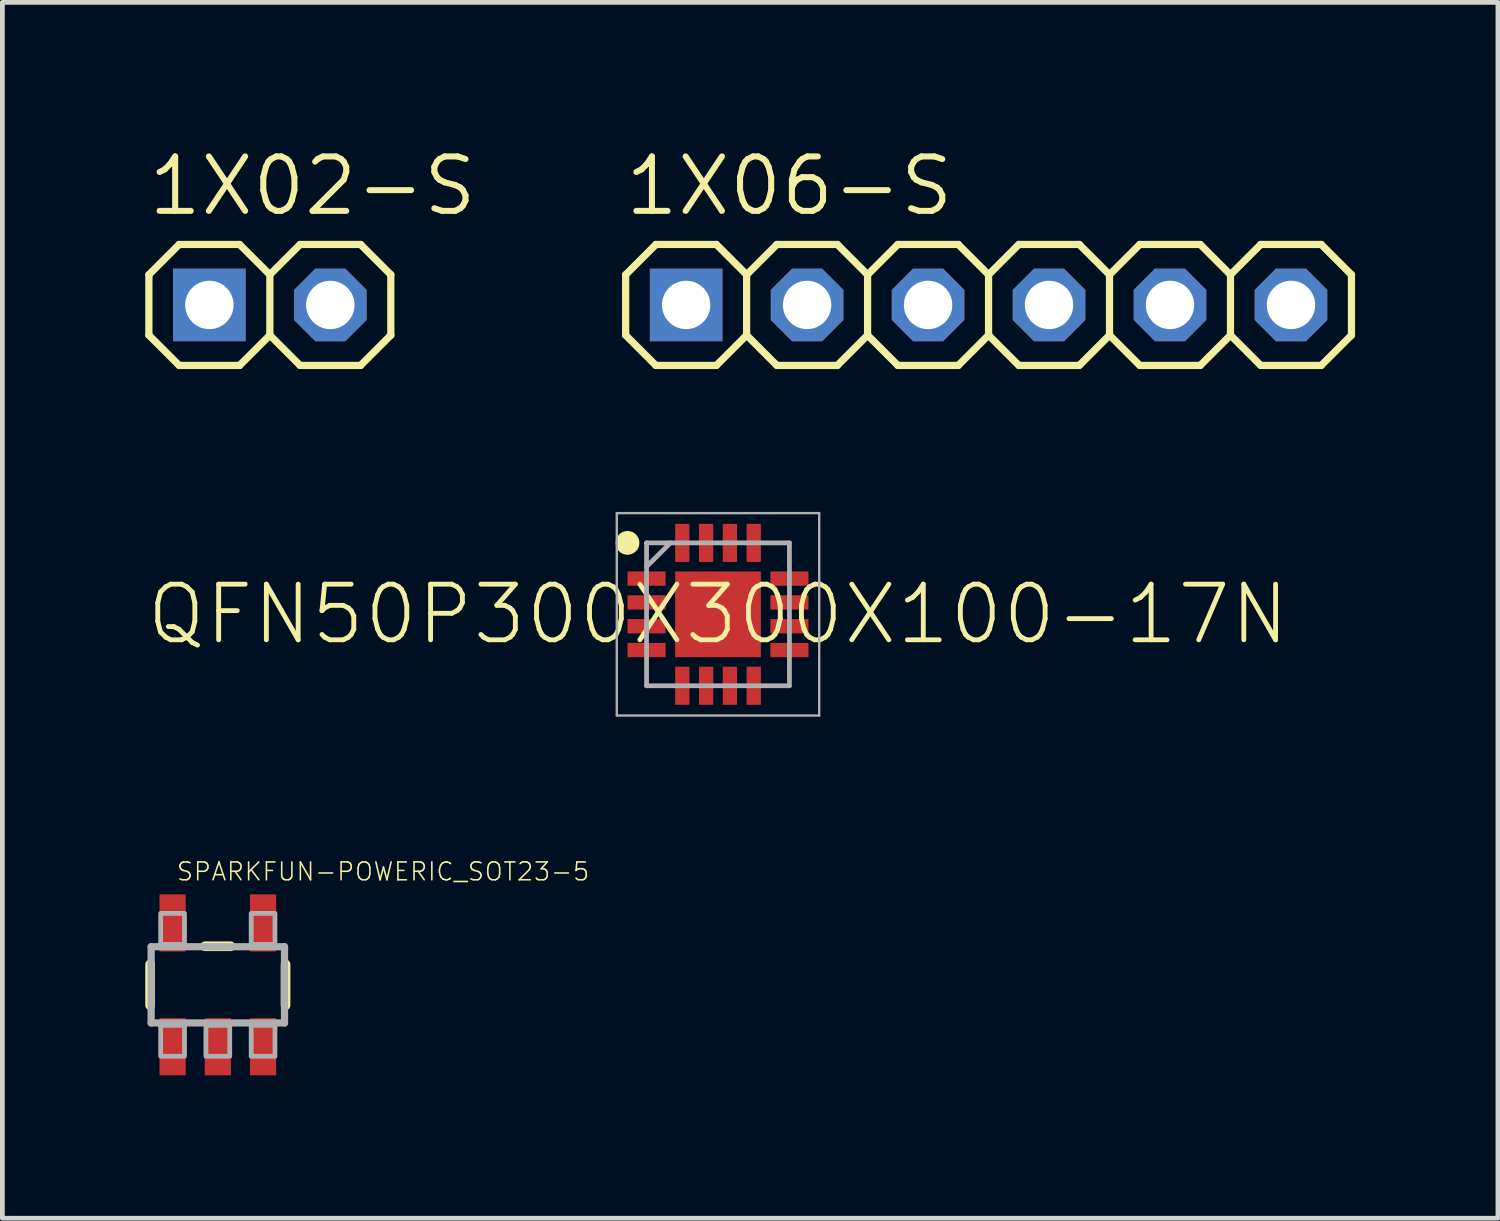
<source format=kicad_pcb>
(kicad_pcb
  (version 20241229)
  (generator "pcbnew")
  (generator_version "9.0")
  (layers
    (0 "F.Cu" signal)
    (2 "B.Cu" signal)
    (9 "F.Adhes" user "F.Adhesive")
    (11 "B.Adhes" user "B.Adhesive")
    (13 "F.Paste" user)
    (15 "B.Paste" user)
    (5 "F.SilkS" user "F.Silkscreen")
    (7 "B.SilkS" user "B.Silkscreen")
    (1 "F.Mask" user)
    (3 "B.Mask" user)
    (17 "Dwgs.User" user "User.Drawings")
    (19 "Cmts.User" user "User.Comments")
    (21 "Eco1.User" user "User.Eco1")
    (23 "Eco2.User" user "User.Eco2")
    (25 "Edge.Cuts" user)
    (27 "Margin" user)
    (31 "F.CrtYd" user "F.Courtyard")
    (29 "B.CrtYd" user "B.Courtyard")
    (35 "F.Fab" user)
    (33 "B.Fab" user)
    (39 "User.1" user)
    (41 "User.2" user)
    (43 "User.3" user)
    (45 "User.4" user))
  (footprint "1X02-S"
    (layer "F.Cu")
    (at 2.616 3.353)
    (property "Reference" "1X02-S" (at -2.616 -1.829 0) (layer "F.SilkS") (effects (font (size 1.143 1.143) (thickness 0.127)) (justify left bottom)))
    (fp_line (start -2.54 -0.635) (end -2.54 0.635) (stroke (width 0.152) (type solid)) (layer "F.SilkS"))
    (fp_line (start -2.54 0.635) (end -1.905 1.27) (stroke (width 0.152) (type solid)) (layer "F.SilkS"))
    (fp_line (start -1.905 -1.27) (end -2.54 -0.635) (stroke (width 0.152) (type solid)) (layer "F.SilkS"))
    (fp_line (start -1.905 -1.27) (end -0.635 -1.27) (stroke (width 0.152) (type solid)) (layer "F.SilkS"))
    (fp_line (start -0.635 -1.27) (end 0 -0.635) (stroke (width 0.152) (type solid)) (layer "F.SilkS"))
    (fp_line (start -0.635 1.27) (end -1.905 1.27) (stroke (width 0.152) (type solid)) (layer "F.SilkS"))
    (fp_line (start 0 -0.635) (end 0 0.635) (stroke (width 0.152) (type solid)) (layer "F.SilkS"))
    (fp_line (start 0 -0.635) (end 0.635 -1.27) (stroke (width 0.152) (type solid)) (layer "F.SilkS"))
    (fp_line (start 0 0.635) (end -0.635 1.27) (stroke (width 0.152) (type solid)) (layer "F.SilkS"))
    (fp_line (start 0.635 -1.27) (end 1.905 -1.27) (stroke (width 0.152) (type solid)) (layer "F.SilkS"))
    (fp_line (start 0.635 1.27) (end 0 0.635) (stroke (width 0.152) (type solid)) (layer "F.SilkS"))
    (fp_line (start 1.905 -1.27) (end 2.54 -0.635) (stroke (width 0.152) (type solid)) (layer "F.SilkS"))
    (fp_line (start 1.905 1.27) (end 0.635 1.27) (stroke (width 0.152) (type solid)) (layer "F.SilkS"))
    (fp_line (start 2.54 -0.635) (end 2.54 0.635) (stroke (width 0.152) (type solid)) (layer "F.SilkS"))
    (fp_line (start 2.54 0.635) (end 1.905 1.27) (stroke (width 0.152) (type solid)) (layer "F.SilkS"))
    (fp_poly (pts (xy -1.524 0.254) (xy -1.016 0.254) (xy -1.016 -0.254) (xy -1.524 -0.254)) (stroke (width 0.1) (type default)) (fill no) (layer "F.Fab"))
    (fp_poly (pts (xy 1.016 0.254) (xy 1.524 0.254) (xy 1.524 -0.254) (xy 1.016 -0.254)) (stroke (width 0.1) (type default)) (fill no) (layer "F.Fab"))
    (pad "1" thru_hole rect (at -1.27 0) (size 1.524 1.524) (drill 1.016) (layers "*.Cu" "*.Mask"))
    (pad "2" thru_hole roundrect (at 1.27 0) (size 1.524 1.524) (drill 1.016) (layers "*.Cu" "*.Mask") (roundrect_rratio 0.25) (chamfer_ratio 0.293) (chamfer top_left top_right bottom_left bottom_right)))
  (footprint "QFN50P300X300X100-17N"
    (layer "F.Cu")
    (at 12.026 9.849)
    (property "Reference" "QFN50P300X300X100-17N" (at 0 0 0) (layer "F.SilkS") (effects (font (size 1.168 1.168) (thickness 0.102))))
    (fp_circle (center -1.9 -1.5) (end -1.775 -1.5) (stroke (width 0.25) (type solid)) (fill no) (layer "F.SilkS"))
    (fp_line (start -2.125 -2.125) (end 2.125 -2.125) (stroke (width 0.05) (type solid)) (layer "F.Fab"))
    (fp_line (start -2.125 2.125) (end -2.125 -2.125) (stroke (width 0.05) (type solid)) (layer "F.Fab"))
    (fp_line (start -1.5 -1.5) (end 1.5 -1.5) (stroke (width 0.1) (type solid)) (layer "F.Fab"))
    (fp_line (start -1.5 -1) (end -1 -1.5) (stroke (width 0.1) (type solid)) (layer "F.Fab"))
    (fp_line (start -1.5 1.5) (end -1.5 -1.5) (stroke (width 0.1) (type solid)) (layer "F.Fab"))
    (fp_line (start 1.5 -1.5) (end 1.5 1.5) (stroke (width 0.1) (type solid)) (layer "F.Fab"))
    (fp_line (start 1.5 1.5) (end -1.5 1.5) (stroke (width 0.1) (type solid)) (layer "F.Fab"))
    (fp_line (start 2.125 -2.125) (end 2.125 2.125) (stroke (width 0.05) (type solid)) (layer "F.Fab"))
    (fp_line (start 2.125 2.125) (end -2.125 2.125) (stroke (width 0.05) (type solid)) (layer "F.Fab"))
    (pad "1" smd rect (at -1.5 -0.75) (size 0.8 0.3) (layers "F.Cu" "F.Mask" "F.Paste"))
    (pad "2" smd rect (at -1.5 -0.25) (size 0.8 0.3) (layers "F.Cu" "F.Mask" "F.Paste"))
    (pad "3" smd rect (at -1.5 0.25) (size 0.8 0.3) (layers "F.Cu" "F.Mask" "F.Paste"))
    (pad "4" smd rect (at -1.5 0.75) (size 0.8 0.3) (layers "F.Cu" "F.Mask" "F.Paste"))
    (pad "5" smd rect (at -0.75 1.5 90) (size 0.8 0.3) (layers "F.Cu" "F.Mask" "F.Paste"))
    (pad "6" smd rect (at -0.25 1.5 90) (size 0.8 0.3) (layers "F.Cu" "F.Mask" "F.Paste"))
    (pad "7" smd rect (at 0.25 1.5 90) (size 0.8 0.3) (layers "F.Cu" "F.Mask" "F.Paste"))
    (pad "8" smd rect (at 0.75 1.5 90) (size 0.8 0.3) (layers "F.Cu" "F.Mask" "F.Paste"))
    (pad "9" smd rect (at 1.5 0.75) (size 0.8 0.3) (layers "F.Cu" "F.Mask" "F.Paste"))
    (pad "10" smd rect (at 1.5 0.25) (size 0.8 0.3) (layers "F.Cu" "F.Mask" "F.Paste"))
    (pad "11" smd rect (at 1.5 -0.25) (size 0.8 0.3) (layers "F.Cu" "F.Mask" "F.Paste"))
    (pad "12" smd rect (at 1.5 -0.75) (size 0.8 0.3) (layers "F.Cu" "F.Mask" "F.Paste"))
    (pad "13" smd rect (at 0.75 -1.5 90) (size 0.8 0.3) (layers "F.Cu" "F.Mask" "F.Paste"))
    (pad "14" smd rect (at 0.25 -1.5 90) (size 0.8 0.3) (layers "F.Cu" "F.Mask" "F.Paste"))
    (pad "15" smd rect (at -0.25 -1.5 90) (size 0.8 0.3) (layers "F.Cu" "F.Mask" "F.Paste"))
    (pad "16" smd rect (at -0.75 -1.5 90) (size 0.8 0.3) (layers "F.Cu" "F.Mask" "F.Paste"))
    (pad "17" smd rect (at 0 0 90) (size 1.8 1.8) (layers "F.Cu" "F.Mask" "F.Paste")))
  (footprint "SPARKFUN-POWERIC_SOT23-5"
    (layer "F.Cu")
    (at 1.524 17.629)
    (property "Reference" "SPARKFUN-POWERIC_SOT23-5" (at -0.889 -2.159 0) (layer "F.SilkS") (effects (font (size 0.374 0.374) (thickness 0.033)) (justify left bottom)))
    (fp_line (start -1.422 0.429) (end -1.422 -0.429) (stroke (width 0.203) (type solid)) (layer "F.SilkS"))
    (fp_line (start -0.268 -0.81) (end 0.268 -0.81) (stroke (width 0.203) (type solid)) (layer "F.SilkS"))
    (fp_line (start 1.422 -0.429) (end 1.422 0.429) (stroke (width 0.203) (type solid)) (layer "F.SilkS"))
    (fp_line (start -1.4 -0.8) (end -1.4 0.8) (stroke (width 0.152) (type solid)) (layer "F.Fab"))
    (fp_line (start -1.4 -0.8) (end 1.4 -0.8) (stroke (width 0.152) (type solid)) (layer "F.Fab"))
    (fp_line (start 1.4 -0.8) (end 1.4 0.8) (stroke (width 0.152) (type solid)) (layer "F.Fab"))
    (fp_line (start 1.4 0.8) (end -1.4 0.8) (stroke (width 0.152) (type solid)) (layer "F.Fab"))
    (fp_poly (pts (xy -1.2 -0.85) (xy -0.7 -0.85) (xy -0.7 -1.5) (xy -1.2 -1.5)) (stroke (width 0.1) (type default)) (fill no) (layer "F.Fab"))
    (fp_poly (pts (xy -1.2 1.5) (xy -0.7 1.5) (xy -0.7 0.85) (xy -1.2 0.85)) (stroke (width 0.1) (type default)) (fill no) (layer "F.Fab"))
    (fp_poly (pts (xy -0.25 1.5) (xy 0.25 1.5) (xy 0.25 0.85) (xy -0.25 0.85)) (stroke (width 0.1) (type default)) (fill no) (layer "F.Fab"))
    (fp_poly (pts (xy 0.7 -0.85) (xy 1.2 -0.85) (xy 1.2 -1.5) (xy 0.7 -1.5)) (stroke (width 0.1) (type default)) (fill no) (layer "F.Fab"))
    (fp_poly (pts (xy 0.7 1.5) (xy 1.2 1.5) (xy 1.2 0.85) (xy 0.7 0.85)) (stroke (width 0.1) (type default)) (fill no) (layer "F.Fab"))
    (pad "1" smd rect (at -0.95 1.3) (size 0.55 1.2) (layers "F.Cu" "F.Mask" "F.Paste"))
    (pad "2" smd rect (at 0 1.3) (size 0.55 1.2) (layers "F.Cu" "F.Mask" "F.Paste"))
    (pad "3" smd rect (at 0.95 1.3) (size 0.55 1.2) (layers "F.Cu" "F.Mask" "F.Paste"))
    (pad "4" smd rect (at 0.95 -1.3) (size 0.55 1.2) (layers "F.Cu" "F.Mask" "F.Paste"))
    (pad "5" smd rect (at -0.95 -1.3) (size 0.55 1.2) (layers "F.Cu" "F.Mask" "F.Paste")))
  (footprint "1X06-S"
    (layer "F.Cu")
    (at 17.707 3.353)
    (property "Reference" "1X06-S" (at -7.696 -1.829 0) (layer "F.SilkS") (effects (font (size 1.143 1.143) (thickness 0.127)) (justify left bottom)))
    (fp_line (start -7.62 -0.635) (end -7.62 0.635) (stroke (width 0.152) (type solid)) (layer "F.SilkS"))
    (fp_line (start -7.62 0.635) (end -6.985 1.27) (stroke (width 0.152) (type solid)) (layer "F.SilkS"))
    (fp_line (start -6.985 -1.27) (end -7.62 -0.635) (stroke (width 0.152) (type solid)) (layer "F.SilkS"))
    (fp_line (start -6.985 -1.27) (end -5.715 -1.27) (stroke (width 0.152) (type solid)) (layer "F.SilkS"))
    (fp_line (start -5.715 -1.27) (end -5.08 -0.635) (stroke (width 0.152) (type solid)) (layer "F.SilkS"))
    (fp_line (start -5.715 1.27) (end -6.985 1.27) (stroke (width 0.152) (type solid)) (layer "F.SilkS"))
    (fp_line (start -5.08 -0.635) (end -5.08 0.635) (stroke (width 0.152) (type solid)) (layer "F.SilkS"))
    (fp_line (start -5.08 -0.635) (end -4.445 -1.27) (stroke (width 0.152) (type solid)) (layer "F.SilkS"))
    (fp_line (start -5.08 0.635) (end -5.715 1.27) (stroke (width 0.152) (type solid)) (layer "F.SilkS"))
    (fp_line (start -4.445 -1.27) (end -3.175 -1.27) (stroke (width 0.152) (type solid)) (layer "F.SilkS"))
    (fp_line (start -4.445 1.27) (end -5.08 0.635) (stroke (width 0.152) (type solid)) (layer "F.SilkS"))
    (fp_line (start -3.175 -1.27) (end -2.54 -0.635) (stroke (width 0.152) (type solid)) (layer "F.SilkS"))
    (fp_line (start -3.175 1.27) (end -4.445 1.27) (stroke (width 0.152) (type solid)) (layer "F.SilkS"))
    (fp_line (start -2.54 -0.635) (end -2.54 0.635) (stroke (width 0.152) (type solid)) (layer "F.SilkS"))
    (fp_line (start -2.54 -0.635) (end -1.905 -1.27) (stroke (width 0.152) (type solid)) (layer "F.SilkS"))
    (fp_line (start -2.54 0.635) (end -3.175 1.27) (stroke (width 0.152) (type solid)) (layer "F.SilkS"))
    (fp_line (start -1.905 -1.27) (end -0.635 -1.27) (stroke (width 0.152) (type solid)) (layer "F.SilkS"))
    (fp_line (start -1.905 1.27) (end -2.54 0.635) (stroke (width 0.152) (type solid)) (layer "F.SilkS"))
    (fp_line (start -0.635 -1.27) (end 0 -0.635) (stroke (width 0.152) (type solid)) (layer "F.SilkS"))
    (fp_line (start -0.635 1.27) (end -1.905 1.27) (stroke (width 0.152) (type solid)) (layer "F.SilkS"))
    (fp_line (start 0 -0.635) (end 0 0.635) (stroke (width 0.152) (type solid)) (layer "F.SilkS"))
    (fp_line (start 0 0.635) (end -0.635 1.27) (stroke (width 0.152) (type solid)) (layer "F.SilkS"))
    (fp_line (start 0 0.635) (end 0.635 1.27) (stroke (width 0.152) (type solid)) (layer "F.SilkS"))
    (fp_line (start 0.635 -1.27) (end 0 -0.635) (stroke (width 0.152) (type solid)) (layer "F.SilkS"))
    (fp_line (start 0.635 -1.27) (end 1.905 -1.27) (stroke (width 0.152) (type solid)) (layer "F.SilkS"))
    (fp_line (start 1.905 -1.27) (end 2.54 -0.635) (stroke (width 0.152) (type solid)) (layer "F.SilkS"))
    (fp_line (start 1.905 1.27) (end 0.635 1.27) (stroke (width 0.152) (type solid)) (layer "F.SilkS"))
    (fp_line (start 2.54 -0.635) (end 2.54 0.635) (stroke (width 0.152) (type solid)) (layer "F.SilkS"))
    (fp_line (start 2.54 -0.635) (end 3.175 -1.27) (stroke (width 0.152) (type solid)) (layer "F.SilkS"))
    (fp_line (start 2.54 0.635) (end 1.905 1.27) (stroke (width 0.152) (type solid)) (layer "F.SilkS"))
    (fp_line (start 3.175 -1.27) (end 4.445 -1.27) (stroke (width 0.152) (type solid)) (layer "F.SilkS"))
    (fp_line (start 3.175 1.27) (end 2.54 0.635) (stroke (width 0.152) (type solid)) (layer "F.SilkS"))
    (fp_line (start 4.445 -1.27) (end 5.08 -0.635) (stroke (width 0.152) (type solid)) (layer "F.SilkS"))
    (fp_line (start 4.445 1.27) (end 3.175 1.27) (stroke (width 0.152) (type solid)) (layer "F.SilkS"))
    (fp_line (start 5.08 -0.635) (end 5.08 0.635) (stroke (width 0.152) (type solid)) (layer "F.SilkS"))
    (fp_line (start 5.08 0.635) (end 4.445 1.27) (stroke (width 0.152) (type solid)) (layer "F.SilkS"))
    (fp_line (start 5.08 0.635) (end 5.715 1.27) (stroke (width 0.152) (type solid)) (layer "F.SilkS"))
    (fp_line (start 5.715 -1.27) (end 5.08 -0.635) (stroke (width 0.152) (type solid)) (layer "F.SilkS"))
    (fp_line (start 5.715 -1.27) (end 6.985 -1.27) (stroke (width 0.152) (type solid)) (layer "F.SilkS"))
    (fp_line (start 6.985 -1.27) (end 7.62 -0.635) (stroke (width 0.152) (type solid)) (layer "F.SilkS"))
    (fp_line (start 6.985 1.27) (end 5.715 1.27) (stroke (width 0.152) (type solid)) (layer "F.SilkS"))
    (fp_line (start 7.62 -0.635) (end 7.62 0.635) (stroke (width 0.152) (type solid)) (layer "F.SilkS"))
    (fp_line (start 7.62 0.635) (end 6.985 1.27) (stroke (width 0.152) (type solid)) (layer "F.SilkS"))
    (fp_poly (pts (xy -6.604 0.254) (xy -6.096 0.254) (xy -6.096 -0.254) (xy -6.604 -0.254)) (stroke (width 0.1) (type default)) (fill no) (layer "F.Fab"))
    (fp_poly (pts (xy -4.064 0.254) (xy -3.556 0.254) (xy -3.556 -0.254) (xy -4.064 -0.254)) (stroke (width 0.1) (type default)) (fill no) (layer "F.Fab"))
    (fp_poly (pts (xy -1.524 0.254) (xy -1.016 0.254) (xy -1.016 -0.254) (xy -1.524 -0.254)) (stroke (width 0.1) (type default)) (fill no) (layer "F.Fab"))
    (fp_poly (pts (xy 1.016 0.254) (xy 1.524 0.254) (xy 1.524 -0.254) (xy 1.016 -0.254)) (stroke (width 0.1) (type default)) (fill no) (layer "F.Fab"))
    (fp_poly (pts (xy 3.556 0.254) (xy 4.064 0.254) (xy 4.064 -0.254) (xy 3.556 -0.254)) (stroke (width 0.1) (type default)) (fill no) (layer "F.Fab"))
    (fp_poly (pts (xy 6.096 0.254) (xy 6.604 0.254) (xy 6.604 -0.254) (xy 6.096 -0.254)) (stroke (width 0.1) (type default)) (fill no) (layer "F.Fab"))
    (pad "1" thru_hole rect (at -6.35 0) (size 1.524 1.524) (drill 1.016) (layers "*.Cu" "*.Mask"))
    (pad "2" thru_hole roundrect (at -3.81 0) (size 1.524 1.524) (drill 1.016) (layers "*.Cu" "*.Mask") (roundrect_rratio 0.25) (chamfer_ratio 0.293) (chamfer top_left top_right bottom_left bottom_right))
    (pad "3" thru_hole roundrect (at -1.27 0) (size 1.524 1.524) (drill 1.016) (layers "*.Cu" "*.Mask") (roundrect_rratio 0.25) (chamfer_ratio 0.293) (chamfer top_left top_right bottom_left bottom_right))
    (pad "4" thru_hole roundrect (at 1.27 0) (size 1.524 1.524) (drill 1.016) (layers "*.Cu" "*.Mask") (roundrect_rratio 0.25) (chamfer_ratio 0.293) (chamfer top_left top_right bottom_left bottom_right))
    (pad "5" thru_hole roundrect (at 3.81 0) (size 1.524 1.524) (drill 1.016) (layers "*.Cu" "*.Mask") (roundrect_rratio 0.25) (chamfer_ratio 0.293) (chamfer top_left top_right bottom_left bottom_right))
    (pad "6" thru_hole roundrect (at 6.35 0) (size 1.524 1.524) (drill 1.016) (layers "*.Cu" "*.Mask") (roundrect_rratio 0.25) (chamfer_ratio 0.293) (chamfer top_left top_right bottom_left bottom_right)))
  (gr_rect
    (start -3 -3)
    (end 28.403 22.53)
    (stroke (width 0.1) (type default))
    (fill no)
    (layer "Edge.Cuts")))
</source>
